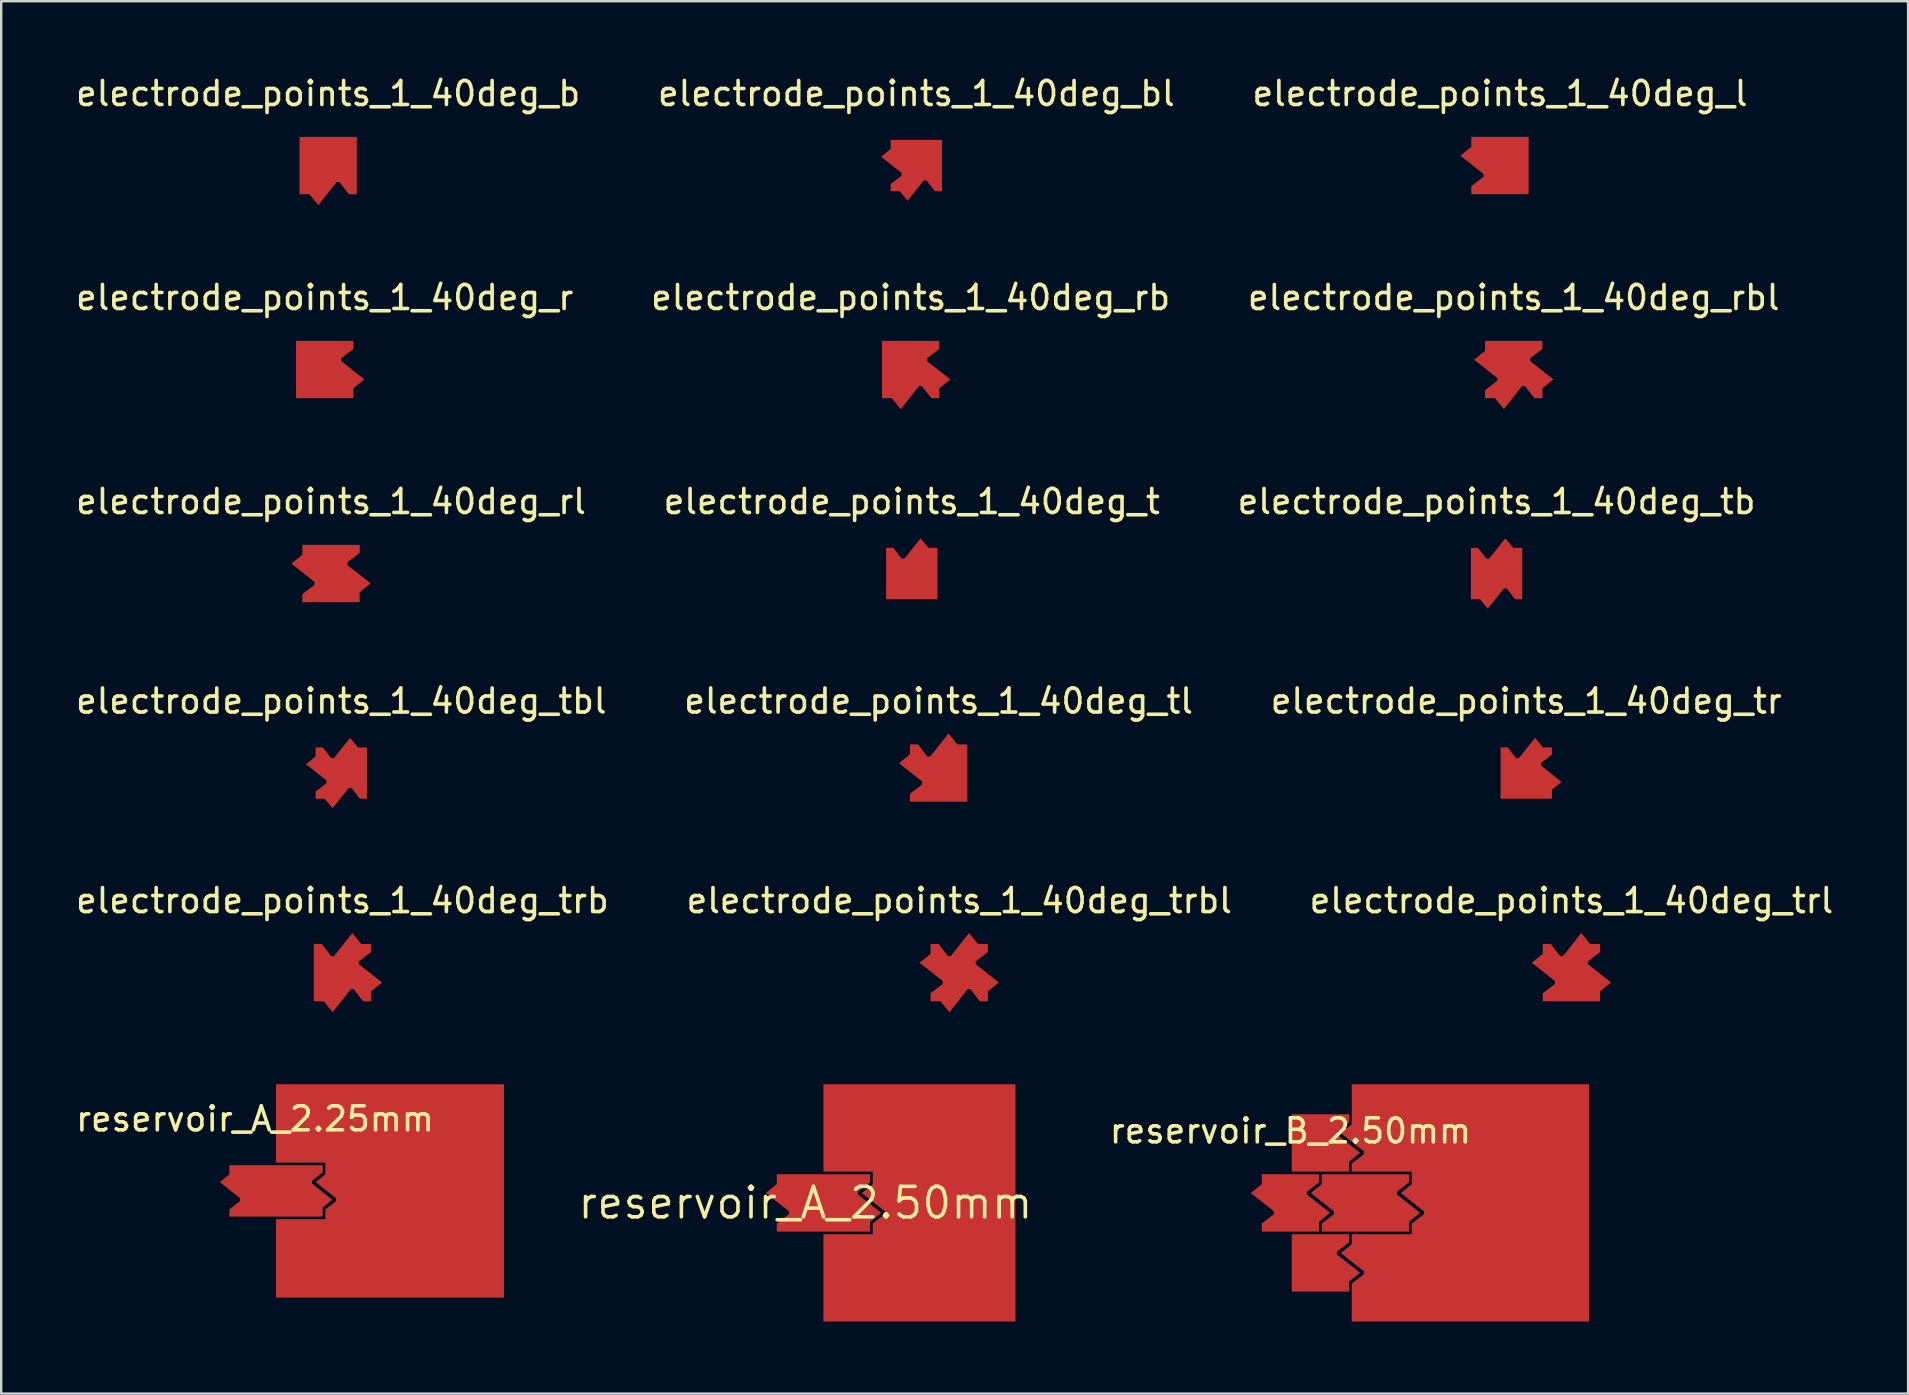
<source format=kicad_pcb>
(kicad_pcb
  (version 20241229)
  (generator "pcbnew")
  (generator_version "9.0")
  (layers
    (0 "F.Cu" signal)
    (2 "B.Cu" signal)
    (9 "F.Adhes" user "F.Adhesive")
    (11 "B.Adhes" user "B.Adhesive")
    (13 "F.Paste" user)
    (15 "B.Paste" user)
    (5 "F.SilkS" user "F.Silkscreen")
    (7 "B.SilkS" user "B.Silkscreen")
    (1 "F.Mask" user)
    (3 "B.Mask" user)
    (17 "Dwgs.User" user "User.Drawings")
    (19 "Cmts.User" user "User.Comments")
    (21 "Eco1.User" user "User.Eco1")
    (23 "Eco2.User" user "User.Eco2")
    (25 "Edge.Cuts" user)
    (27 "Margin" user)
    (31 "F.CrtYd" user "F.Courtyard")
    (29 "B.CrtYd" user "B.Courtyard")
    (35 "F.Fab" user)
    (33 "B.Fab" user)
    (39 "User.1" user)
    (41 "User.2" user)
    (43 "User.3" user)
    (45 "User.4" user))
  (footprint "electrode_points_1_40deg_tbl"
    (layer "F.Cu")
    (at 11.173 29.165)
    (property "Reference" "electrode_points_1_40deg_tbl" (at 0 -3 0) (layer "F.SilkS") (effects (font (size 1 1) (thickness 0.15))))
    (attr through_hole)
    (pad "1" smd custom (at 0 0) (size 0.5 0.5) (layers "F.Cu" "F.Mask" "F.Paste") (options (anchor circle)) (primitives (gr_poly (pts (xy -1.07 -1.07) (xy -0.771 -1.07) (xy -0.425 -0.622) (xy -0.308 -0.622) (xy 0.366 -1.467) (xy 0.694 -1.07) (xy 1.07 -1.07) (xy 1.07 -0.771) (xy 1.07 -0.425) (xy 1.07 -0.308) (xy 1.07 0.366) (xy 1.07 0.694) (xy 1.07 1.07) (xy 0.771 1.07) (xy 0.425 0.622) (xy 0.308 0.622) (xy -0.366 1.467) (xy -0.694 1.07) (xy -1.07 1.07) (xy -1.07 0.771) (xy -0.622 0.425) (xy -0.622 0.308) (xy -1.467 -0.366) (xy -1.07 -0.694) (xy -1.07 -1.07)) (width 0.0001) (fill yes)))))
  (footprint "reservoir_B_2.50mm"
    (layer "F.Cu")
    (at 50.726 47.078)
    (property "Reference" "reservoir_B_2.50mm" (at 0 -3 0) (layer "F.SilkS") (effects (font (size 1 1) (thickness 0.15))))
    (attr through_hole)
    (pad "1" smd custom (at 0 0) (size 0.5 0.5) (layers "F.Cu" "F.Mask" "F.Paste") (options (anchor circle)) (primitives (gr_poly (pts (xy -1.195 -1.195) (xy -1.195 -0.781) (xy -1.652 -0.41) (xy -0.687 0.351) (xy -0.687 0.469) (xy -1.195 0.859) (xy -1.195 1.195) (xy 1.195 1.195) (xy 1.195 0.781) (xy 1.652 0.41) (xy 0.687 -0.351) (xy 0.687 -0.469) (xy 1.195 -0.859) (xy 1.195 -1.195) (xy -1.195 -1.195)) (width 0.0001) (fill yes))))
    (pad "2" smd custom (at 3.75 0) (size 0.5 0.5) (layers "F.Cu" "F.Mask" "F.Paste") (options (anchor circle)) (primitives (gr_poly (pts (xy -2.445 -1.195) (xy -2.445 -0.781) (xy -2.902 -0.41) (xy -1.937 0.351) (xy -1.937 0.469) (xy -2.445 0.859) (xy -2.445 1.195) (xy 1.195 1.195) (xy 1.195 0.781) (xy 1.652 0.41) (xy 0.687 -0.351) (xy 0.687 -0.469) (xy 1.195 -0.859) (xy 1.195 -1.195) (xy -2.445 -1.195)) (width 0.0001) (fill yes))))
    (pad "3" smd custom (at 7.5 0) (size 0.5 0.5) (layers "F.Cu" "F.Mask" "F.Paste") (options (anchor circle)) (primitives (gr_poly (pts (xy -2.445 -1.195) (xy -2.445 -0.781) (xy -2.902 -0.41) (xy -1.937 0.351) (xy -1.937 0.469) (xy -2.445 0.859) (xy -2.445 1.195) (xy -2.445 1.305) (xy -4.945 1.305) (xy -4.945 1.719) (xy -5.402 2.09) (xy -4.437 2.851) (xy -4.437 2.969) (xy -4.945 3.359) (xy -4.945 3.695) (xy -4.945 4.945) (xy 4.945 4.945) (xy 4.945 -4.945) (xy -4.945 -4.945) (xy -4.945 -3.695) (xy -4.945 -3.281) (xy -5.402 -2.91) (xy -4.437 -2.149) (xy -4.437 -2.031) (xy -4.945 -1.641) (xy -4.945 -1.305) (xy -2.445 -1.305)) (width 0.0001) (fill yes))))
    (pad "4" smd custom (at 1.25 2.5) (size 0.5 0.5) (layers "F.Cu" "F.Mask" "F.Paste") (options (anchor circle)) (primitives (gr_poly (pts (xy -1.195 -1.195) (xy -1.195 1.195) (xy 1.195 1.195) (xy 1.195 0.781) (xy 1.652 0.41) (xy 0.687 -0.351) (xy 0.687 -0.469) (xy 1.195 -0.859) (xy 1.195 -1.195) (xy -1.195 -1.195)) (width 0.0001) (fill yes))))
    (pad "5" smd custom (at 1.25 -2.5) (size 0.5 0.5) (layers "F.Cu" "F.Mask" "F.Paste") (options (anchor circle)) (primitives (gr_poly (pts (xy -1.195 -1.195) (xy -1.195 1.195) (xy 1.195 1.195) (xy 1.195 0.781) (xy 1.652 0.41) (xy 0.687 -0.351) (xy 0.687 -0.469) (xy 1.195 -0.859) (xy 1.195 -1.195) (xy -1.195 -1.195)) (width 0.0001) (fill yes)))))
  (footprint "electrode_points_1_40deg_t"
    (layer "F.Cu")
    (at 34.946 20.85)
    (property "Reference" "electrode_points_1_40deg_t" (at 0 -3 0) (layer "F.SilkS") (effects (font (size 1 1) (thickness 0.15))))
    (attr through_hole)
    (pad "1" smd custom (at 0 0) (size 0.5 0.5) (layers "F.Cu" "F.Mask" "F.Paste") (options (anchor circle)) (primitives (gr_poly (pts (xy -1.07 -1.07) (xy -0.771 -1.07) (xy -0.425 -0.622) (xy -0.308 -0.622) (xy 0.366 -1.467) (xy 0.694 -1.07) (xy 1.07 -1.07) (xy 1.07 -0.771) (xy 1.07 -0.425) (xy 1.07 -0.308) (xy 1.07 0.366) (xy 1.07 0.694) (xy 1.07 1.07) (xy 0.771 1.07) (xy 0.425 1.07) (xy 0.308 1.07) (xy -0.366 1.07) (xy -0.694 1.07) (xy -1.07 1.07) (xy -1.07 0.771) (xy -1.07 0.425) (xy -1.07 0.308) (xy -1.07 -0.366) (xy -1.07 -0.694) (xy -1.07 -1.07)) (width 0.0001) (fill yes)))))
  (footprint "electrode_points_1_40deg_trl"
    (layer "F.Cu")
    (at 62.435 37.481)
    (property "Reference" "electrode_points_1_40deg_trl" (at 0 -3 0) (layer "F.SilkS") (effects (font (size 1 1) (thickness 0.15))))
    (attr through_hole)
    (pad "1" smd custom (at 0 0) (size 0.5 0.5) (layers "F.Cu" "F.Mask" "F.Paste") (options (anchor circle)) (primitives (gr_poly (pts (xy -1.195 -1.195) (xy -0.859 -1.195) (xy -0.469 -0.687) (xy -0.351 -0.687) (xy 0.41 -1.652) (xy 0.781 -1.195) (xy 1.195 -1.195) (xy 1.195 -0.859) (xy 0.687 -0.469) (xy 0.687 -0.351) (xy 1.652 0.41) (xy 1.195 0.781) (xy 1.195 1.195) (xy 0.859 1.195) (xy 0.469 1.195) (xy 0.351 1.195) (xy -0.41 1.195) (xy -0.781 1.195) (xy -1.195 1.195) (xy -1.195 0.859) (xy -0.687 0.469) (xy -0.687 0.351) (xy -1.652 -0.41) (xy -1.195 -0.781) (xy -1.195 -1.195)) (width 0.0001) (fill yes)))))
  (footprint "electrode_points_1_40deg_rl"
    (layer "F.Cu")
    (at 10.744 20.85)
    (property "Reference" "electrode_points_1_40deg_rl" (at 0 -3 0) (layer "F.SilkS") (effects (font (size 1 1) (thickness 0.15))))
    (attr through_hole)
    (pad "1" smd custom (at 0 0) (size 0.5 0.5) (layers "F.Cu" "F.Mask" "F.Paste") (options (anchor circle)) (primitives (gr_poly (pts (xy -1.195 -1.195) (xy -0.859 -1.195) (xy -0.469 -1.195) (xy -0.351 -1.195) (xy 0.41 -1.195) (xy 0.781 -1.195) (xy 1.195 -1.195) (xy 1.195 -0.859) (xy 0.687 -0.469) (xy 0.687 -0.351) (xy 1.652 0.41) (xy 1.195 0.781) (xy 1.195 1.195) (xy 0.859 1.195) (xy 0.469 1.195) (xy 0.351 1.195) (xy -0.41 1.195) (xy -0.781 1.195) (xy -1.195 1.195) (xy -1.195 0.859) (xy -0.687 0.469) (xy -0.687 0.351) (xy -1.652 -0.41) (xy -1.195 -0.781) (xy -1.195 -1.195)) (width 0.0001) (fill yes)))))
  (footprint "electrode_points_1_40deg_tr"
    (layer "F.Cu")
    (at 60.554 29.165)
    (property "Reference" "electrode_points_1_40deg_tr" (at 0 -3 0) (layer "F.SilkS") (effects (font (size 1 1) (thickness 0.15))))
    (attr through_hole)
    (pad "1" smd custom (at 0 0) (size 0.5 0.5) (layers "F.Cu" "F.Mask" "F.Paste") (options (anchor circle)) (primitives (gr_poly (pts (xy -1.07 -1.07) (xy -0.771 -1.07) (xy -0.425 -0.622) (xy -0.308 -0.622) (xy 0.366 -1.467) (xy 0.694 -1.07) (xy 1.07 -1.07) (xy 1.07 -0.771) (xy 0.622 -0.425) (xy 0.622 -0.308) (xy 1.467 0.366) (xy 1.07 0.694) (xy 1.07 1.07) (xy 0.771 1.07) (xy 0.425 1.07) (xy 0.308 1.07) (xy -0.366 1.07) (xy -0.694 1.07) (xy -1.07 1.07) (xy -1.07 0.771) (xy -1.07 0.425) (xy -1.07 0.308) (xy -1.07 -0.366) (xy -1.07 -0.694) (xy -1.07 -1.07)) (width 0.0001) (fill yes)))))
  (footprint "reservoir_A_2.50mm"
    (layer "F.Cu")
    (at 30.515 47.078)
    (property "Reference" "reservoir_A_2.50mm" (at 0 0 0) (layer "F.SilkS") (effects (font (size 1.27 1.27) (thickness 0.15))))
    (attr through_hole)
    (pad "1" smd custom (at 0 0) (size 0.5 0.5) (layers "F.Cu" "F.Mask" "F.Paste") (options (anchor circle)) (primitives (gr_poly (pts (xy -1.195 -1.195) (xy 2.695 -1.195) (xy 2.695 -0.859) (xy 2.187 -0.469) (xy 2.187 -0.351) (xy 3.152 0.41) (xy 2.695 0.781) (xy 2.695 1.195) (xy -1.195 1.195) (xy -1.195 0.859) (xy -0.687 0.469) (xy -0.687 0.351) (xy -1.652 -0.41) (xy -1.195 -0.781) (xy -1.195 -1.195)) (width 0.0001) (fill yes))))
    (pad "2" smd custom (at 6 0) (size 0.5 0.5) (layers "F.Cu" "F.Mask" "F.Paste") (options (anchor circle)) (primitives (gr_poly (pts (xy -3.195 1.195) (xy -3.195 0.859) (xy -2.687 0.469) (xy -2.687 0.351) (xy -3.652 -0.41) (xy -3.195 -0.781) (xy -3.195 -1.195) (xy -3.195 -1.305) (xy -5.25 -1.305) (xy -5.25 -4.945) (xy 2.75 -4.945) (xy 2.75 4.945) (xy -5.25 4.945) (xy -5.25 1.305) (xy -3.195 1.305)) (width 0.0001) (fill yes)))))
  (footprint "electrode_points_1_40deg_trb"
    (layer "F.Cu")
    (at 11.22 37.481)
    (property "Reference" "electrode_points_1_40deg_trb" (at 0 -3 0) (layer "F.SilkS") (effects (font (size 1 1) (thickness 0.15))))
    (attr through_hole)
    (pad "1" smd custom (at 0 0) (size 0.5 0.5) (layers "F.Cu" "F.Mask" "F.Paste") (options (anchor circle)) (primitives (gr_poly (pts (xy -1.195 -1.195) (xy -0.859 -1.195) (xy -0.469 -0.687) (xy -0.351 -0.687) (xy 0.41 -1.652) (xy 0.781 -1.195) (xy 1.195 -1.195) (xy 1.195 -0.859) (xy 0.687 -0.469) (xy 0.687 -0.351) (xy 1.652 0.41) (xy 1.195 0.781) (xy 1.195 1.195) (xy 0.859 1.195) (xy 0.469 0.687) (xy 0.351 0.687) (xy -0.41 1.652) (xy -0.781 1.195) (xy -1.195 1.195) (xy -1.195 0.859) (xy -1.195 0.469) (xy -1.195 0.351) (xy -1.195 -0.41) (xy -1.195 -0.781) (xy -1.195 -1.195)) (width 0.0001) (fill yes)))))
  (footprint "electrode_points_1_40deg_r"
    (layer "F.Cu")
    (at 10.482 12.349)
    (property "Reference" "electrode_points_1_40deg_r" (at 0 -3 0) (layer "F.SilkS") (effects (font (size 1 1) (thickness 0.15))))
    (attr through_hole)
    (pad "1" smd custom (at 0 0) (size 0.5 0.5) (layers "F.Cu" "F.Mask" "F.Paste") (options (anchor circle)) (primitives (gr_poly (pts (xy -1.195 -1.195) (xy -0.859 -1.195) (xy -0.469 -1.195) (xy -0.351 -1.195) (xy 0.41 -1.195) (xy 0.781 -1.195) (xy 1.195 -1.195) (xy 1.195 -0.859) (xy 0.687 -0.469) (xy 0.687 -0.351) (xy 1.652 0.41) (xy 1.195 0.781) (xy 1.195 1.195) (xy 0.859 1.195) (xy 0.469 1.195) (xy 0.351 1.195) (xy -0.41 1.195) (xy -0.781 1.195) (xy -1.195 1.195) (xy -1.195 0.859) (xy -1.195 0.469) (xy -1.195 0.351) (xy -1.195 -0.41) (xy -1.195 -0.781) (xy -1.195 -1.195)) (width 0.0001) (fill yes)))))
  (footprint "electrode_points_1_40deg_bl"
    (layer "F.Cu")
    (at 35.137 3.848)
    (property "Reference" "electrode_points_1_40deg_bl" (at 0 -3 0) (layer "F.SilkS") (effects (font (size 1 1) (thickness 0.15))))
    (attr through_hole)
    (pad "1" smd custom (at 0 0) (size 0.5 0.5) (layers "F.Cu" "F.Mask" "F.Paste") (options (anchor circle)) (primitives (gr_poly (pts (xy -1.07 -1.07) (xy -0.771 -1.07) (xy -0.425 -1.07) (xy -0.308 -1.07) (xy 0.366 -1.07) (xy 0.694 -1.07) (xy 1.07 -1.07) (xy 1.07 -0.771) (xy 1.07 -0.425) (xy 1.07 -0.308) (xy 1.07 0.366) (xy 1.07 0.694) (xy 1.07 1.07) (xy 0.771 1.07) (xy 0.425 0.622) (xy 0.308 0.622) (xy -0.366 1.467) (xy -0.694 1.07) (xy -1.07 1.07) (xy -1.07 0.771) (xy -0.622 0.425) (xy -0.622 0.308) (xy -1.467 -0.366) (xy -1.07 -0.694) (xy -1.07 -1.07)) (width 0.0001) (fill yes)))))
  (footprint "electrode_points_1_40deg_l"
    (layer "F.Cu")
    (at 59.458 3.848)
    (property "Reference" "electrode_points_1_40deg_l" (at 0 -3 0) (layer "F.SilkS") (effects (font (size 1 1) (thickness 0.15))))
    (attr through_hole)
    (pad "1" smd custom (at 0 0) (size 0.5 0.5) (layers "F.Cu" "F.Mask" "F.Paste") (options (anchor circle)) (primitives (gr_poly (pts (xy -1.195 -1.195) (xy -0.859 -1.195) (xy -0.469 -1.195) (xy -0.351 -1.195) (xy 0.41 -1.195) (xy 0.781 -1.195) (xy 1.195 -1.195) (xy 1.195 -0.859) (xy 1.195 -0.469) (xy 1.195 -0.351) (xy 1.195 0.41) (xy 1.195 0.781) (xy 1.195 1.195) (xy 0.859 1.195) (xy 0.469 1.195) (xy 0.351 1.195) (xy -0.41 1.195) (xy -0.781 1.195) (xy -1.195 1.195) (xy -1.195 0.859) (xy -0.687 0.469) (xy -0.687 0.351) (xy -1.652 -0.41) (xy -1.195 -0.781) (xy -1.195 -1.195)) (width 0.0001) (fill yes)))))
  (footprint "electrode_points_1_40deg_tl"
    (layer "F.Cu")
    (at 36.065 29.165)
    (property "Reference" "electrode_points_1_40deg_tl" (at 0 -3 0) (layer "F.SilkS") (effects (font (size 1 1) (thickness 0.15))))
    (attr through_hole)
    (pad "1" smd custom (at 0 0) (size 0.5 0.5) (layers "F.Cu" "F.Mask" "F.Paste") (options (anchor circle)) (primitives (gr_poly (pts (xy -1.195 -1.195) (xy -0.859 -1.195) (xy -0.469 -0.687) (xy -0.351 -0.687) (xy 0.41 -1.652) (xy 0.781 -1.195) (xy 1.195 -1.195) (xy 1.195 -0.859) (xy 1.195 -0.469) (xy 1.195 -0.351) (xy 1.195 0.41) (xy 1.195 0.781) (xy 1.195 1.195) (xy 0.859 1.195) (xy 0.469 1.195) (xy 0.351 1.195) (xy -0.41 1.195) (xy -0.781 1.195) (xy -1.195 1.195) (xy -1.195 0.859) (xy -0.687 0.469) (xy -0.687 0.351) (xy -1.652 -0.41) (xy -1.195 -0.781) (xy -1.195 -1.195)) (width 0.0001) (fill yes)))))
  (footprint "electrode_points_1_40deg_tb"
    (layer "F.Cu")
    (at 59.315 20.85)
    (property "Reference" "electrode_points_1_40deg_tb" (at 0 -3 0) (layer "F.SilkS") (effects (font (size 1 1) (thickness 0.15))))
    (attr through_hole)
    (pad "1" smd custom (at 0 0) (size 0.5 0.5) (layers "F.Cu" "F.Mask" "F.Paste") (options (anchor circle)) (primitives (gr_poly (pts (xy -1.07 -1.07) (xy -0.771 -1.07) (xy -0.425 -0.622) (xy -0.308 -0.622) (xy 0.366 -1.467) (xy 0.694 -1.07) (xy 1.07 -1.07) (xy 1.07 -0.771) (xy 1.07 -0.425) (xy 1.07 -0.308) (xy 1.07 0.366) (xy 1.07 0.694) (xy 1.07 1.07) (xy 0.771 1.07) (xy 0.425 0.622) (xy 0.308 0.622) (xy -0.366 1.467) (xy -0.694 1.07) (xy -1.07 1.07) (xy -1.07 0.771) (xy -1.07 0.425) (xy -1.07 0.308) (xy -1.07 -0.366) (xy -1.07 -0.694) (xy -1.07 -1.07)) (width 0.0001) (fill yes)))))
  (footprint "electrode_points_1_40deg_trbl"
    (layer "F.Cu")
    (at 36.923 37.481)
    (property "Reference" "electrode_points_1_40deg_trbl" (at 0 -3 0) (layer "F.SilkS") (effects (font (size 1 1) (thickness 0.15))))
    (attr through_hole)
    (pad "1" smd custom (at 0 0) (size 0.5 0.5) (layers "F.Cu" "F.Mask" "F.Paste") (options (anchor circle)) (primitives (gr_poly (pts (xy -1.195 -1.195) (xy -0.859 -1.195) (xy -0.469 -0.687) (xy -0.351 -0.687) (xy 0.41 -1.652) (xy 0.781 -1.195) (xy 1.195 -1.195) (xy 1.195 -0.859) (xy 0.687 -0.469) (xy 0.687 -0.351) (xy 1.652 0.41) (xy 1.195 0.781) (xy 1.195 1.195) (xy 0.859 1.195) (xy 0.469 0.687) (xy 0.351 0.687) (xy -0.41 1.652) (xy -0.781 1.195) (xy -1.195 1.195) (xy -1.195 0.859) (xy -0.687 0.469) (xy -0.687 0.351) (xy -1.652 -0.41) (xy -1.195 -0.781) (xy -1.195 -1.195)) (width 0.0001) (fill yes)))))
  (footprint "electrode_points_1_40deg_rbl"
    (layer "F.Cu")
    (at 60.03 12.349)
    (property "Reference" "electrode_points_1_40deg_rbl" (at 0 -3 0) (layer "F.SilkS") (effects (font (size 1 1) (thickness 0.15))))
    (attr through_hole)
    (pad "1" smd custom (at 0 0) (size 0.5 0.5) (layers "F.Cu" "F.Mask" "F.Paste") (options (anchor circle)) (primitives (gr_poly (pts (xy -1.195 -1.195) (xy -0.859 -1.195) (xy -0.469 -1.195) (xy -0.351 -1.195) (xy 0.41 -1.195) (xy 0.781 -1.195) (xy 1.195 -1.195) (xy 1.195 -0.859) (xy 0.687 -0.469) (xy 0.687 -0.351) (xy 1.652 0.41) (xy 1.195 0.781) (xy 1.195 1.195) (xy 0.859 1.195) (xy 0.469 0.687) (xy 0.351 0.687) (xy -0.41 1.652) (xy -0.781 1.195) (xy -1.195 1.195) (xy -1.195 0.859) (xy -0.687 0.469) (xy -0.687 0.351) (xy -1.652 -0.41) (xy -1.195 -0.781) (xy -1.195 -1.195)) (width 0.0001) (fill yes)))))
  (footprint "electrode_points_1_40deg_rb"
    (layer "F.Cu")
    (at 34.899 12.349)
    (property "Reference" "electrode_points_1_40deg_rb" (at 0 -3 0) (layer "F.SilkS") (effects (font (size 1 1) (thickness 0.15))))
    (attr through_hole)
    (pad "1" smd custom (at 0 0) (size 0.5 0.5) (layers "F.Cu" "F.Mask" "F.Paste") (options (anchor circle)) (primitives (gr_poly (pts (xy -1.195 -1.195) (xy -0.859 -1.195) (xy -0.469 -1.195) (xy -0.351 -1.195) (xy 0.41 -1.195) (xy 0.781 -1.195) (xy 1.195 -1.195) (xy 1.195 -0.859) (xy 0.687 -0.469) (xy 0.687 -0.351) (xy 1.652 0.41) (xy 1.195 0.781) (xy 1.195 1.195) (xy 0.859 1.195) (xy 0.469 0.687) (xy 0.351 0.687) (xy -0.41 1.652) (xy -0.781 1.195) (xy -1.195 1.195) (xy -1.195 0.859) (xy -1.195 0.469) (xy -1.195 0.351) (xy -1.195 -0.41) (xy -1.195 -0.781) (xy -1.195 -1.195)) (width 0.0001) (fill yes)))))
  (footprint "reservoir_A_2.25mm"
    (layer "F.Cu")
    (at 7.577 46.578)
    (property "Reference" "reservoir_A_2.25mm" (at 0 -3 0) (layer "F.SilkS") (effects (font (size 1 1) (thickness 0.15))))
    (attr through_hole)
    (pad "1" smd custom (at 0 0) (size 0.5 0.5) (layers "F.Cu" "F.Mask" "F.Paste") (options (anchor circle)) (primitives (gr_poly (pts (xy -1.07 -1.07) (xy 2.82 -1.07) (xy 2.82 -0.771) (xy 2.372 -0.425) (xy 2.372 -0.308) (xy 3.217 0.366) (xy 2.82 0.694) (xy 2.82 1.07) (xy -1.07 1.07) (xy -1.07 0.771) (xy -0.622 0.425) (xy -0.622 0.308) (xy -1.467 -0.366) (xy -1.07 -0.694) (xy -1.07 -1.07)) (width 0.0001) (fill yes))))
    (pad "2" smd custom (at 6.75 0) (size 0.5 0.5) (layers "F.Cu" "F.Mask" "F.Paste") (options (anchor circle)) (primitives (gr_poly (pts (xy -3.82 1.07) (xy -3.82 0.771) (xy -3.372 0.425) (xy -3.372 0.308) (xy -4.217 -0.366) (xy -3.82 -0.694) (xy -3.82 -1.07) (xy -3.82 -1.18) (xy -5.875 -1.18) (xy -5.875 -4.445) (xy 3.625 -4.445) (xy 3.625 4.445) (xy -5.875 4.445) (xy -5.875 1.18) (xy -3.82 1.18)) (width 0.0001) (fill yes)))))
  (footprint "electrode_points_1_40deg_b"
    (layer "F.Cu")
    (at 10.625 3.848)
    (property "Reference" "electrode_points_1_40deg_b" (at 0 -3 0) (layer "F.SilkS") (effects (font (size 1 1) (thickness 0.15))))
    (attr through_hole)
    (pad "1" smd custom (at 0 0) (size 0.5 0.5) (layers "F.Cu" "F.Mask" "F.Paste") (options (anchor circle)) (primitives (gr_poly (pts (xy -1.195 -1.195) (xy -0.859 -1.195) (xy -0.469 -1.195) (xy -0.351 -1.195) (xy 0.41 -1.195) (xy 0.781 -1.195) (xy 1.195 -1.195) (xy 1.195 -0.859) (xy 1.195 -0.469) (xy 1.195 -0.351) (xy 1.195 0.41) (xy 1.195 0.781) (xy 1.195 1.195) (xy 0.859 1.195) (xy 0.469 0.687) (xy 0.351 0.687) (xy -0.41 1.652) (xy -0.781 1.195) (xy -1.195 1.195) (xy -1.195 0.859) (xy -1.195 0.469) (xy -1.195 0.351) (xy -1.195 -0.41) (xy -1.195 -0.781) (xy -1.195 -1.195)) (width 0.0001) (fill yes)))))
  (gr_rect
    (start -3 -3)
    (end 76.464 55.024)
    (stroke (width 0.1) (type default))
    (fill no)
    (layer "Edge.Cuts")))
</source>
